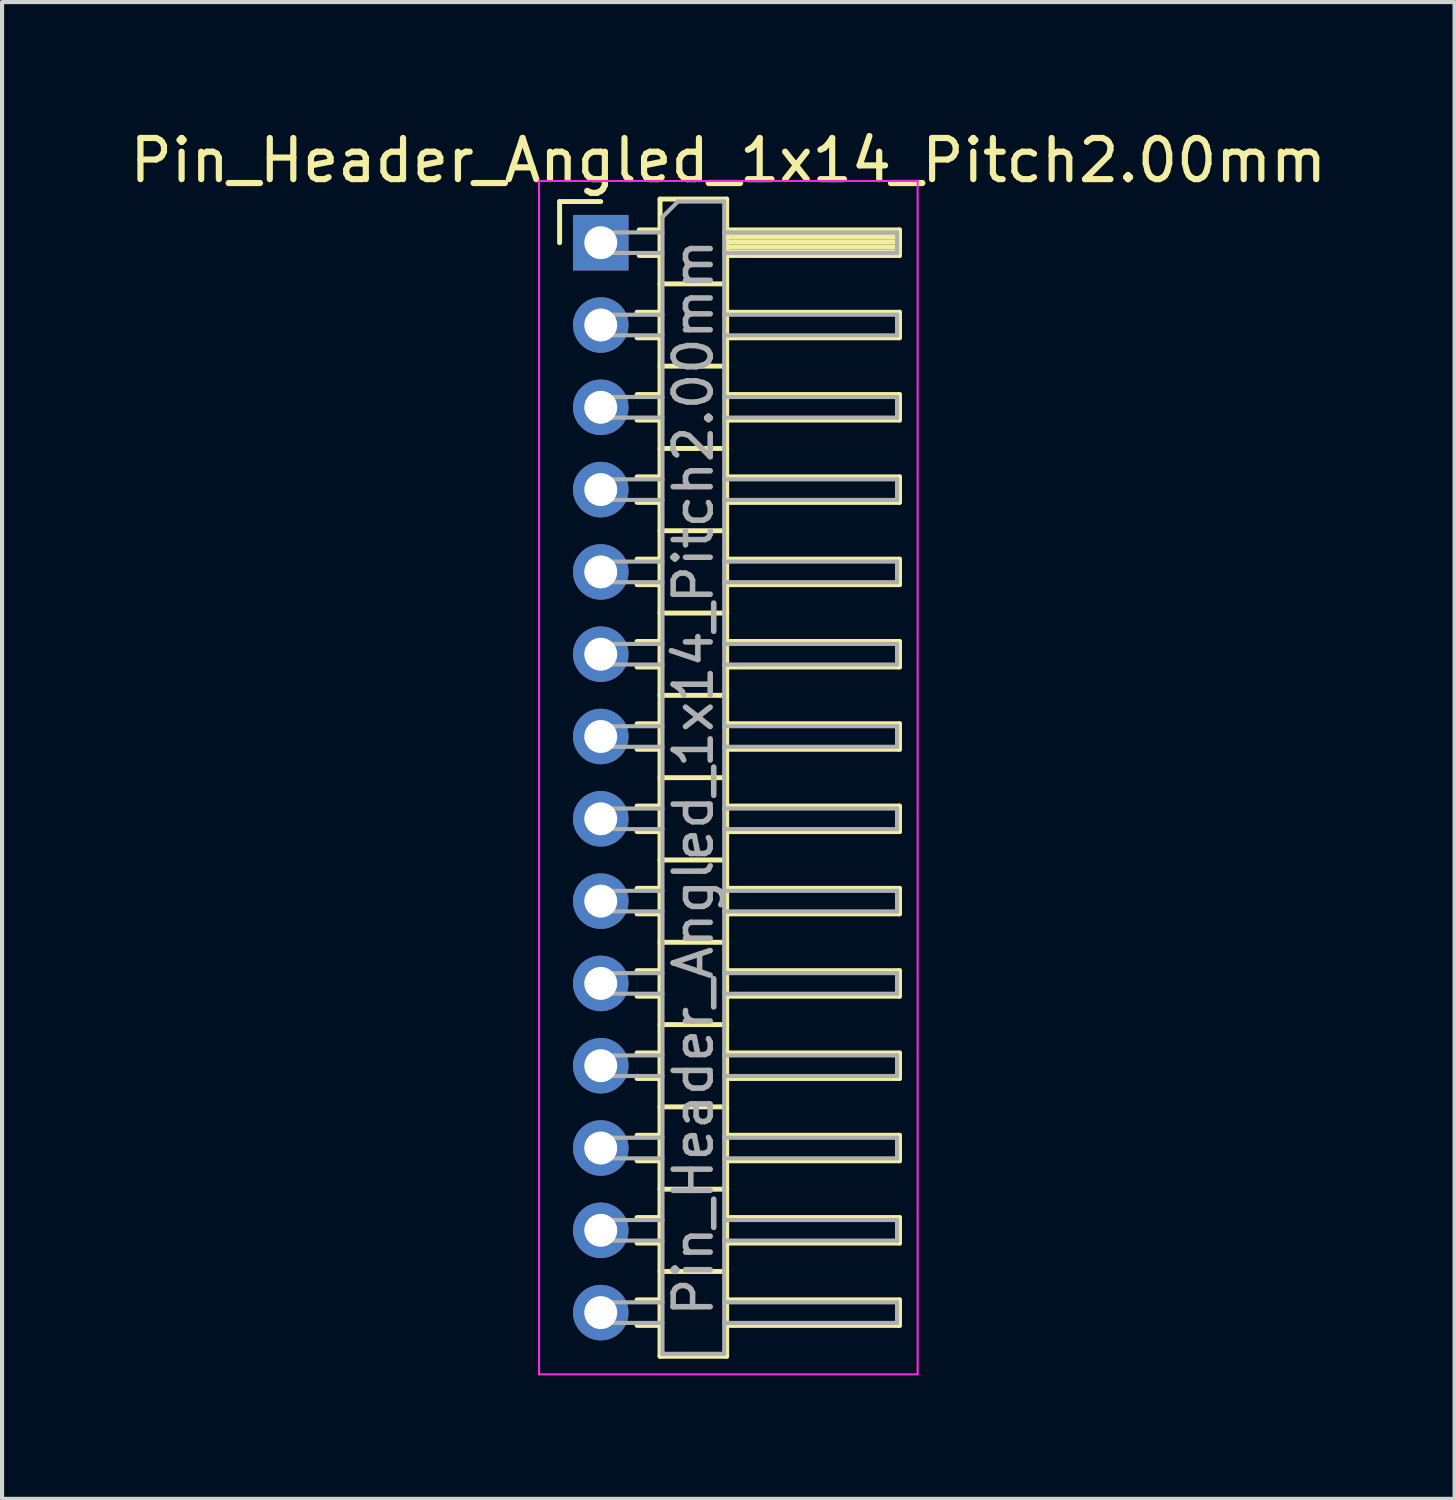
<source format=kicad_pcb>
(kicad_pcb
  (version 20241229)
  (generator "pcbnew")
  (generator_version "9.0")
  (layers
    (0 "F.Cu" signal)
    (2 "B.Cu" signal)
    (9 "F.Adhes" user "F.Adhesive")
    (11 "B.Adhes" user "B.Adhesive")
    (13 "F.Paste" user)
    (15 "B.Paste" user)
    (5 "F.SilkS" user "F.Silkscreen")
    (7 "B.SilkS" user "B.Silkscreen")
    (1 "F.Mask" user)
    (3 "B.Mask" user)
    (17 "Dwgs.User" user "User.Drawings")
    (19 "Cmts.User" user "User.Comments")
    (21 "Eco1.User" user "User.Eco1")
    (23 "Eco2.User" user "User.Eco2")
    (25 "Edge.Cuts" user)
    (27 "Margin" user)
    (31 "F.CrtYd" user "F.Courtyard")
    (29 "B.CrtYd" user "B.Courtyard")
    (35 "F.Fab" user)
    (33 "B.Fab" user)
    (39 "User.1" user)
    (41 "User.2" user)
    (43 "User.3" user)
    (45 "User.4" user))
  (footprint "Pin_Header_Angled_1x14_Pitch2.00mm"
    (layer "F.Cu")
    (at 11.549 2.848)
    (property "Reference" "Pin_Header_Angled_1x14_Pitch2.00mm" (at 3.1 -2 0) (layer "F.SilkS") (effects (font (size 1 1) (thickness 0.15))))
    (attr through_hole)
    (fp_line (start -1 -1) (end 0 -1) (stroke (width 0.12) (type solid)) (layer "F.SilkS"))
    (fp_line (start -1 0) (end -1 -1) (stroke (width 0.12) (type solid)) (layer "F.SilkS"))
    (fp_line (start 0.882 1.69) (end 1.44 1.69) (stroke (width 0.12) (type solid)) (layer "F.SilkS"))
    (fp_line (start 0.882 2.31) (end 1.44 2.31) (stroke (width 0.12) (type solid)) (layer "F.SilkS"))
    (fp_line (start 0.882 3.69) (end 1.44 3.69) (stroke (width 0.12) (type solid)) (layer "F.SilkS"))
    (fp_line (start 0.882 4.31) (end 1.44 4.31) (stroke (width 0.12) (type solid)) (layer "F.SilkS"))
    (fp_line (start 0.882 5.69) (end 1.44 5.69) (stroke (width 0.12) (type solid)) (layer "F.SilkS"))
    (fp_line (start 0.882 6.31) (end 1.44 6.31) (stroke (width 0.12) (type solid)) (layer "F.SilkS"))
    (fp_line (start 0.882 7.69) (end 1.44 7.69) (stroke (width 0.12) (type solid)) (layer "F.SilkS"))
    (fp_line (start 0.882 8.31) (end 1.44 8.31) (stroke (width 0.12) (type solid)) (layer "F.SilkS"))
    (fp_line (start 0.882 9.69) (end 1.44 9.69) (stroke (width 0.12) (type solid)) (layer "F.SilkS"))
    (fp_line (start 0.882 10.31) (end 1.44 10.31) (stroke (width 0.12) (type solid)) (layer "F.SilkS"))
    (fp_line (start 0.882 11.69) (end 1.44 11.69) (stroke (width 0.12) (type solid)) (layer "F.SilkS"))
    (fp_line (start 0.882 12.31) (end 1.44 12.31) (stroke (width 0.12) (type solid)) (layer "F.SilkS"))
    (fp_line (start 0.882 13.69) (end 1.44 13.69) (stroke (width 0.12) (type solid)) (layer "F.SilkS"))
    (fp_line (start 0.882 14.31) (end 1.44 14.31) (stroke (width 0.12) (type solid)) (layer "F.SilkS"))
    (fp_line (start 0.882 15.69) (end 1.44 15.69) (stroke (width 0.12) (type solid)) (layer "F.SilkS"))
    (fp_line (start 0.882 16.31) (end 1.44 16.31) (stroke (width 0.12) (type solid)) (layer "F.SilkS"))
    (fp_line (start 0.882 17.69) (end 1.44 17.69) (stroke (width 0.12) (type solid)) (layer "F.SilkS"))
    (fp_line (start 0.882 18.31) (end 1.44 18.31) (stroke (width 0.12) (type solid)) (layer "F.SilkS"))
    (fp_line (start 0.882 19.69) (end 1.44 19.69) (stroke (width 0.12) (type solid)) (layer "F.SilkS"))
    (fp_line (start 0.882 20.31) (end 1.44 20.31) (stroke (width 0.12) (type solid)) (layer "F.SilkS"))
    (fp_line (start 0.882 21.69) (end 1.44 21.69) (stroke (width 0.12) (type solid)) (layer "F.SilkS"))
    (fp_line (start 0.882 22.31) (end 1.44 22.31) (stroke (width 0.12) (type solid)) (layer "F.SilkS"))
    (fp_line (start 0.882 23.69) (end 1.44 23.69) (stroke (width 0.12) (type solid)) (layer "F.SilkS"))
    (fp_line (start 0.882 24.31) (end 1.44 24.31) (stroke (width 0.12) (type solid)) (layer "F.SilkS"))
    (fp_line (start 0.882 25.69) (end 1.44 25.69) (stroke (width 0.12) (type solid)) (layer "F.SilkS"))
    (fp_line (start 0.882 26.31) (end 1.44 26.31) (stroke (width 0.12) (type solid)) (layer "F.SilkS"))
    (fp_line (start 0.935 -0.31) (end 1.44 -0.31) (stroke (width 0.12) (type solid)) (layer "F.SilkS"))
    (fp_line (start 0.935 0.31) (end 1.44 0.31) (stroke (width 0.12) (type solid)) (layer "F.SilkS"))
    (fp_line (start 1.44 -1.06) (end 1.44 27.06) (stroke (width 0.12) (type solid)) (layer "F.SilkS"))
    (fp_line (start 1.44 1) (end 3.06 1) (stroke (width 0.12) (type solid)) (layer "F.SilkS"))
    (fp_line (start 1.44 3) (end 3.06 3) (stroke (width 0.12) (type solid)) (layer "F.SilkS"))
    (fp_line (start 1.44 5) (end 3.06 5) (stroke (width 0.12) (type solid)) (layer "F.SilkS"))
    (fp_line (start 1.44 7) (end 3.06 7) (stroke (width 0.12) (type solid)) (layer "F.SilkS"))
    (fp_line (start 1.44 9) (end 3.06 9) (stroke (width 0.12) (type solid)) (layer "F.SilkS"))
    (fp_line (start 1.44 11) (end 3.06 11) (stroke (width 0.12) (type solid)) (layer "F.SilkS"))
    (fp_line (start 1.44 13) (end 3.06 13) (stroke (width 0.12) (type solid)) (layer "F.SilkS"))
    (fp_line (start 1.44 15) (end 3.06 15) (stroke (width 0.12) (type solid)) (layer "F.SilkS"))
    (fp_line (start 1.44 17) (end 3.06 17) (stroke (width 0.12) (type solid)) (layer "F.SilkS"))
    (fp_line (start 1.44 19) (end 3.06 19) (stroke (width 0.12) (type solid)) (layer "F.SilkS"))
    (fp_line (start 1.44 21) (end 3.06 21) (stroke (width 0.12) (type solid)) (layer "F.SilkS"))
    (fp_line (start 1.44 23) (end 3.06 23) (stroke (width 0.12) (type solid)) (layer "F.SilkS"))
    (fp_line (start 1.44 25) (end 3.06 25) (stroke (width 0.12) (type solid)) (layer "F.SilkS"))
    (fp_line (start 1.44 27.06) (end 3.06 27.06) (stroke (width 0.12) (type solid)) (layer "F.SilkS"))
    (fp_line (start 3.06 -1.06) (end 1.44 -1.06) (stroke (width 0.12) (type solid)) (layer "F.SilkS"))
    (fp_line (start 3.06 -0.31) (end 7.26 -0.31) (stroke (width 0.12) (type solid)) (layer "F.SilkS"))
    (fp_line (start 3.06 -0.25) (end 7.26 -0.25) (stroke (width 0.12) (type solid)) (layer "F.SilkS"))
    (fp_line (start 3.06 -0.13) (end 7.26 -0.13) (stroke (width 0.12) (type solid)) (layer "F.SilkS"))
    (fp_line (start 3.06 -0.01) (end 7.26 -0.01) (stroke (width 0.12) (type solid)) (layer "F.SilkS"))
    (fp_line (start 3.06 0.11) (end 7.26 0.11) (stroke (width 0.12) (type solid)) (layer "F.SilkS"))
    (fp_line (start 3.06 0.23) (end 7.26 0.23) (stroke (width 0.12) (type solid)) (layer "F.SilkS"))
    (fp_line (start 3.06 1.69) (end 7.26 1.69) (stroke (width 0.12) (type solid)) (layer "F.SilkS"))
    (fp_line (start 3.06 3.69) (end 7.26 3.69) (stroke (width 0.12) (type solid)) (layer "F.SilkS"))
    (fp_line (start 3.06 5.69) (end 7.26 5.69) (stroke (width 0.12) (type solid)) (layer "F.SilkS"))
    (fp_line (start 3.06 7.69) (end 7.26 7.69) (stroke (width 0.12) (type solid)) (layer "F.SilkS"))
    (fp_line (start 3.06 9.69) (end 7.26 9.69) (stroke (width 0.12) (type solid)) (layer "F.SilkS"))
    (fp_line (start 3.06 11.69) (end 7.26 11.69) (stroke (width 0.12) (type solid)) (layer "F.SilkS"))
    (fp_line (start 3.06 13.69) (end 7.26 13.69) (stroke (width 0.12) (type solid)) (layer "F.SilkS"))
    (fp_line (start 3.06 15.69) (end 7.26 15.69) (stroke (width 0.12) (type solid)) (layer "F.SilkS"))
    (fp_line (start 3.06 17.69) (end 7.26 17.69) (stroke (width 0.12) (type solid)) (layer "F.SilkS"))
    (fp_line (start 3.06 19.69) (end 7.26 19.69) (stroke (width 0.12) (type solid)) (layer "F.SilkS"))
    (fp_line (start 3.06 21.69) (end 7.26 21.69) (stroke (width 0.12) (type solid)) (layer "F.SilkS"))
    (fp_line (start 3.06 23.69) (end 7.26 23.69) (stroke (width 0.12) (type solid)) (layer "F.SilkS"))
    (fp_line (start 3.06 25.69) (end 7.26 25.69) (stroke (width 0.12) (type solid)) (layer "F.SilkS"))
    (fp_line (start 3.06 27.06) (end 3.06 -1.06) (stroke (width 0.12) (type solid)) (layer "F.SilkS"))
    (fp_line (start 7.26 -0.31) (end 7.26 0.31) (stroke (width 0.12) (type solid)) (layer "F.SilkS"))
    (fp_line (start 7.26 0.31) (end 3.06 0.31) (stroke (width 0.12) (type solid)) (layer "F.SilkS"))
    (fp_line (start 7.26 1.69) (end 7.26 2.31) (stroke (width 0.12) (type solid)) (layer "F.SilkS"))
    (fp_line (start 7.26 2.31) (end 3.06 2.31) (stroke (width 0.12) (type solid)) (layer "F.SilkS"))
    (fp_line (start 7.26 3.69) (end 7.26 4.31) (stroke (width 0.12) (type solid)) (layer "F.SilkS"))
    (fp_line (start 7.26 4.31) (end 3.06 4.31) (stroke (width 0.12) (type solid)) (layer "F.SilkS"))
    (fp_line (start 7.26 5.69) (end 7.26 6.31) (stroke (width 0.12) (type solid)) (layer "F.SilkS"))
    (fp_line (start 7.26 6.31) (end 3.06 6.31) (stroke (width 0.12) (type solid)) (layer "F.SilkS"))
    (fp_line (start 7.26 7.69) (end 7.26 8.31) (stroke (width 0.12) (type solid)) (layer "F.SilkS"))
    (fp_line (start 7.26 8.31) (end 3.06 8.31) (stroke (width 0.12) (type solid)) (layer "F.SilkS"))
    (fp_line (start 7.26 9.69) (end 7.26 10.31) (stroke (width 0.12) (type solid)) (layer "F.SilkS"))
    (fp_line (start 7.26 10.31) (end 3.06 10.31) (stroke (width 0.12) (type solid)) (layer "F.SilkS"))
    (fp_line (start 7.26 11.69) (end 7.26 12.31) (stroke (width 0.12) (type solid)) (layer "F.SilkS"))
    (fp_line (start 7.26 12.31) (end 3.06 12.31) (stroke (width 0.12) (type solid)) (layer "F.SilkS"))
    (fp_line (start 7.26 13.69) (end 7.26 14.31) (stroke (width 0.12) (type solid)) (layer "F.SilkS"))
    (fp_line (start 7.26 14.31) (end 3.06 14.31) (stroke (width 0.12) (type solid)) (layer "F.SilkS"))
    (fp_line (start 7.26 15.69) (end 7.26 16.31) (stroke (width 0.12) (type solid)) (layer "F.SilkS"))
    (fp_line (start 7.26 16.31) (end 3.06 16.31) (stroke (width 0.12) (type solid)) (layer "F.SilkS"))
    (fp_line (start 7.26 17.69) (end 7.26 18.31) (stroke (width 0.12) (type solid)) (layer "F.SilkS"))
    (fp_line (start 7.26 18.31) (end 3.06 18.31) (stroke (width 0.12) (type solid)) (layer "F.SilkS"))
    (fp_line (start 7.26 19.69) (end 7.26 20.31) (stroke (width 0.12) (type solid)) (layer "F.SilkS"))
    (fp_line (start 7.26 20.31) (end 3.06 20.31) (stroke (width 0.12) (type solid)) (layer "F.SilkS"))
    (fp_line (start 7.26 21.69) (end 7.26 22.31) (stroke (width 0.12) (type solid)) (layer "F.SilkS"))
    (fp_line (start 7.26 22.31) (end 3.06 22.31) (stroke (width 0.12) (type solid)) (layer "F.SilkS"))
    (fp_line (start 7.26 23.69) (end 7.26 24.31) (stroke (width 0.12) (type solid)) (layer "F.SilkS"))
    (fp_line (start 7.26 24.31) (end 3.06 24.31) (stroke (width 0.12) (type solid)) (layer "F.SilkS"))
    (fp_line (start 7.26 25.69) (end 7.26 26.31) (stroke (width 0.12) (type solid)) (layer "F.SilkS"))
    (fp_line (start 7.26 26.31) (end 3.06 26.31) (stroke (width 0.12) (type solid)) (layer "F.SilkS"))
    (fp_line (start -1.5 -1.5) (end -1.5 27.5) (stroke (width 0.05) (type solid)) (layer "F.CrtYd"))
    (fp_line (start -1.5 27.5) (end 7.7 27.5) (stroke (width 0.05) (type solid)) (layer "F.CrtYd"))
    (fp_line (start 7.7 -1.5) (end -1.5 -1.5) (stroke (width 0.05) (type solid)) (layer "F.CrtYd"))
    (fp_line (start 7.7 27.5) (end 7.7 -1.5) (stroke (width 0.05) (type solid)) (layer "F.CrtYd"))
    (fp_line (start -0.25 -0.25) (end -0.25 0.25) (stroke (width 0.1) (type solid)) (layer "F.Fab"))
    (fp_line (start -0.25 -0.25) (end 1.5 -0.25) (stroke (width 0.1) (type solid)) (layer "F.Fab"))
    (fp_line (start -0.25 0.25) (end 1.5 0.25) (stroke (width 0.1) (type solid)) (layer "F.Fab"))
    (fp_line (start -0.25 1.75) (end -0.25 2.25) (stroke (width 0.1) (type solid)) (layer "F.Fab"))
    (fp_line (start -0.25 1.75) (end 1.5 1.75) (stroke (width 0.1) (type solid)) (layer "F.Fab"))
    (fp_line (start -0.25 2.25) (end 1.5 2.25) (stroke (width 0.1) (type solid)) (layer "F.Fab"))
    (fp_line (start -0.25 3.75) (end -0.25 4.25) (stroke (width 0.1) (type solid)) (layer "F.Fab"))
    (fp_line (start -0.25 3.75) (end 1.5 3.75) (stroke (width 0.1) (type solid)) (layer "F.Fab"))
    (fp_line (start -0.25 4.25) (end 1.5 4.25) (stroke (width 0.1) (type solid)) (layer "F.Fab"))
    (fp_line (start -0.25 5.75) (end -0.25 6.25) (stroke (width 0.1) (type solid)) (layer "F.Fab"))
    (fp_line (start -0.25 5.75) (end 1.5 5.75) (stroke (width 0.1) (type solid)) (layer "F.Fab"))
    (fp_line (start -0.25 6.25) (end 1.5 6.25) (stroke (width 0.1) (type solid)) (layer "F.Fab"))
    (fp_line (start -0.25 7.75) (end -0.25 8.25) (stroke (width 0.1) (type solid)) (layer "F.Fab"))
    (fp_line (start -0.25 7.75) (end 1.5 7.75) (stroke (width 0.1) (type solid)) (layer "F.Fab"))
    (fp_line (start -0.25 8.25) (end 1.5 8.25) (stroke (width 0.1) (type solid)) (layer "F.Fab"))
    (fp_line (start -0.25 9.75) (end -0.25 10.25) (stroke (width 0.1) (type solid)) (layer "F.Fab"))
    (fp_line (start -0.25 9.75) (end 1.5 9.75) (stroke (width 0.1) (type solid)) (layer "F.Fab"))
    (fp_line (start -0.25 10.25) (end 1.5 10.25) (stroke (width 0.1) (type solid)) (layer "F.Fab"))
    (fp_line (start -0.25 11.75) (end -0.25 12.25) (stroke (width 0.1) (type solid)) (layer "F.Fab"))
    (fp_line (start -0.25 11.75) (end 1.5 11.75) (stroke (width 0.1) (type solid)) (layer "F.Fab"))
    (fp_line (start -0.25 12.25) (end 1.5 12.25) (stroke (width 0.1) (type solid)) (layer "F.Fab"))
    (fp_line (start -0.25 13.75) (end -0.25 14.25) (stroke (width 0.1) (type solid)) (layer "F.Fab"))
    (fp_line (start -0.25 13.75) (end 1.5 13.75) (stroke (width 0.1) (type solid)) (layer "F.Fab"))
    (fp_line (start -0.25 14.25) (end 1.5 14.25) (stroke (width 0.1) (type solid)) (layer "F.Fab"))
    (fp_line (start -0.25 15.75) (end -0.25 16.25) (stroke (width 0.1) (type solid)) (layer "F.Fab"))
    (fp_line (start -0.25 15.75) (end 1.5 15.75) (stroke (width 0.1) (type solid)) (layer "F.Fab"))
    (fp_line (start -0.25 16.25) (end 1.5 16.25) (stroke (width 0.1) (type solid)) (layer "F.Fab"))
    (fp_line (start -0.25 17.75) (end -0.25 18.25) (stroke (width 0.1) (type solid)) (layer "F.Fab"))
    (fp_line (start -0.25 17.75) (end 1.5 17.75) (stroke (width 0.1) (type solid)) (layer "F.Fab"))
    (fp_line (start -0.25 18.25) (end 1.5 18.25) (stroke (width 0.1) (type solid)) (layer "F.Fab"))
    (fp_line (start -0.25 19.75) (end -0.25 20.25) (stroke (width 0.1) (type solid)) (layer "F.Fab"))
    (fp_line (start -0.25 19.75) (end 1.5 19.75) (stroke (width 0.1) (type solid)) (layer "F.Fab"))
    (fp_line (start -0.25 20.25) (end 1.5 20.25) (stroke (width 0.1) (type solid)) (layer "F.Fab"))
    (fp_line (start -0.25 21.75) (end -0.25 22.25) (stroke (width 0.1) (type solid)) (layer "F.Fab"))
    (fp_line (start -0.25 21.75) (end 1.5 21.75) (stroke (width 0.1) (type solid)) (layer "F.Fab"))
    (fp_line (start -0.25 22.25) (end 1.5 22.25) (stroke (width 0.1) (type solid)) (layer "F.Fab"))
    (fp_line (start -0.25 23.75) (end -0.25 24.25) (stroke (width 0.1) (type solid)) (layer "F.Fab"))
    (fp_line (start -0.25 23.75) (end 1.5 23.75) (stroke (width 0.1) (type solid)) (layer "F.Fab"))
    (fp_line (start -0.25 24.25) (end 1.5 24.25) (stroke (width 0.1) (type solid)) (layer "F.Fab"))
    (fp_line (start -0.25 25.75) (end -0.25 26.25) (stroke (width 0.1) (type solid)) (layer "F.Fab"))
    (fp_line (start -0.25 25.75) (end 1.5 25.75) (stroke (width 0.1) (type solid)) (layer "F.Fab"))
    (fp_line (start -0.25 26.25) (end 1.5 26.25) (stroke (width 0.1) (type solid)) (layer "F.Fab"))
    (fp_line (start 1.5 -0.625) (end 1.875 -1) (stroke (width 0.1) (type solid)) (layer "F.Fab"))
    (fp_line (start 1.5 27) (end 1.5 -0.625) (stroke (width 0.1) (type solid)) (layer "F.Fab"))
    (fp_line (start 1.875 -1) (end 3 -1) (stroke (width 0.1) (type solid)) (layer "F.Fab"))
    (fp_line (start 3 -1) (end 3 27) (stroke (width 0.1) (type solid)) (layer "F.Fab"))
    (fp_line (start 3 -0.25) (end 7.2 -0.25) (stroke (width 0.1) (type solid)) (layer "F.Fab"))
    (fp_line (start 3 0.25) (end 7.2 0.25) (stroke (width 0.1) (type solid)) (layer "F.Fab"))
    (fp_line (start 3 1.75) (end 7.2 1.75) (stroke (width 0.1) (type solid)) (layer "F.Fab"))
    (fp_line (start 3 2.25) (end 7.2 2.25) (stroke (width 0.1) (type solid)) (layer "F.Fab"))
    (fp_line (start 3 3.75) (end 7.2 3.75) (stroke (width 0.1) (type solid)) (layer "F.Fab"))
    (fp_line (start 3 4.25) (end 7.2 4.25) (stroke (width 0.1) (type solid)) (layer "F.Fab"))
    (fp_line (start 3 5.75) (end 7.2 5.75) (stroke (width 0.1) (type solid)) (layer "F.Fab"))
    (fp_line (start 3 6.25) (end 7.2 6.25) (stroke (width 0.1) (type solid)) (layer "F.Fab"))
    (fp_line (start 3 7.75) (end 7.2 7.75) (stroke (width 0.1) (type solid)) (layer "F.Fab"))
    (fp_line (start 3 8.25) (end 7.2 8.25) (stroke (width 0.1) (type solid)) (layer "F.Fab"))
    (fp_line (start 3 9.75) (end 7.2 9.75) (stroke (width 0.1) (type solid)) (layer "F.Fab"))
    (fp_line (start 3 10.25) (end 7.2 10.25) (stroke (width 0.1) (type solid)) (layer "F.Fab"))
    (fp_line (start 3 11.75) (end 7.2 11.75) (stroke (width 0.1) (type solid)) (layer "F.Fab"))
    (fp_line (start 3 12.25) (end 7.2 12.25) (stroke (width 0.1) (type solid)) (layer "F.Fab"))
    (fp_line (start 3 13.75) (end 7.2 13.75) (stroke (width 0.1) (type solid)) (layer "F.Fab"))
    (fp_line (start 3 14.25) (end 7.2 14.25) (stroke (width 0.1) (type solid)) (layer "F.Fab"))
    (fp_line (start 3 15.75) (end 7.2 15.75) (stroke (width 0.1) (type solid)) (layer "F.Fab"))
    (fp_line (start 3 16.25) (end 7.2 16.25) (stroke (width 0.1) (type solid)) (layer "F.Fab"))
    (fp_line (start 3 17.75) (end 7.2 17.75) (stroke (width 0.1) (type solid)) (layer "F.Fab"))
    (fp_line (start 3 18.25) (end 7.2 18.25) (stroke (width 0.1) (type solid)) (layer "F.Fab"))
    (fp_line (start 3 19.75) (end 7.2 19.75) (stroke (width 0.1) (type solid)) (layer "F.Fab"))
    (fp_line (start 3 20.25) (end 7.2 20.25) (stroke (width 0.1) (type solid)) (layer "F.Fab"))
    (fp_line (start 3 21.75) (end 7.2 21.75) (stroke (width 0.1) (type solid)) (layer "F.Fab"))
    (fp_line (start 3 22.25) (end 7.2 22.25) (stroke (width 0.1) (type solid)) (layer "F.Fab"))
    (fp_line (start 3 23.75) (end 7.2 23.75) (stroke (width 0.1) (type solid)) (layer "F.Fab"))
    (fp_line (start 3 24.25) (end 7.2 24.25) (stroke (width 0.1) (type solid)) (layer "F.Fab"))
    (fp_line (start 3 25.75) (end 7.2 25.75) (stroke (width 0.1) (type solid)) (layer "F.Fab"))
    (fp_line (start 3 26.25) (end 7.2 26.25) (stroke (width 0.1) (type solid)) (layer "F.Fab"))
    (fp_line (start 3 27) (end 1.5 27) (stroke (width 0.1) (type solid)) (layer "F.Fab"))
    (fp_line (start 7.2 -0.25) (end 7.2 0.25) (stroke (width 0.1) (type solid)) (layer "F.Fab"))
    (fp_line (start 7.2 1.75) (end 7.2 2.25) (stroke (width 0.1) (type solid)) (layer "F.Fab"))
    (fp_line (start 7.2 3.75) (end 7.2 4.25) (stroke (width 0.1) (type solid)) (layer "F.Fab"))
    (fp_line (start 7.2 5.75) (end 7.2 6.25) (stroke (width 0.1) (type solid)) (layer "F.Fab"))
    (fp_line (start 7.2 7.75) (end 7.2 8.25) (stroke (width 0.1) (type solid)) (layer "F.Fab"))
    (fp_line (start 7.2 9.75) (end 7.2 10.25) (stroke (width 0.1) (type solid)) (layer "F.Fab"))
    (fp_line (start 7.2 11.75) (end 7.2 12.25) (stroke (width 0.1) (type solid)) (layer "F.Fab"))
    (fp_line (start 7.2 13.75) (end 7.2 14.25) (stroke (width 0.1) (type solid)) (layer "F.Fab"))
    (fp_line (start 7.2 15.75) (end 7.2 16.25) (stroke (width 0.1) (type solid)) (layer "F.Fab"))
    (fp_line (start 7.2 17.75) (end 7.2 18.25) (stroke (width 0.1) (type solid)) (layer "F.Fab"))
    (fp_line (start 7.2 19.75) (end 7.2 20.25) (stroke (width 0.1) (type solid)) (layer "F.Fab"))
    (fp_line (start 7.2 21.75) (end 7.2 22.25) (stroke (width 0.1) (type solid)) (layer "F.Fab"))
    (fp_line (start 7.2 23.75) (end 7.2 24.25) (stroke (width 0.1) (type solid)) (layer "F.Fab"))
    (fp_line (start 7.2 25.75) (end 7.2 26.25) (stroke (width 0.1) (type solid)) (layer "F.Fab"))
    (fp_text user "${REFERENCE}" (at 2.25 13 90) (layer "F.Fab") (effects (font (size 0.9 0.9) (thickness 0.135))))
    (pad "1" thru_hole rect (at 0 0) (size 1.35 1.35) (drill 0.8) (layers "*.Cu" "*.Mask"))
    (pad "2" thru_hole oval (at 0 2) (size 1.35 1.35) (drill 0.8) (layers "*.Cu" "*.Mask"))
    (pad "3" thru_hole oval (at 0 4) (size 1.35 1.35) (drill 0.8) (layers "*.Cu" "*.Mask"))
    (pad "4" thru_hole oval (at 0 6) (size 1.35 1.35) (drill 0.8) (layers "*.Cu" "*.Mask"))
    (pad "5" thru_hole oval (at 0 8) (size 1.35 1.35) (drill 0.8) (layers "*.Cu" "*.Mask"))
    (pad "6" thru_hole oval (at 0 10) (size 1.35 1.35) (drill 0.8) (layers "*.Cu" "*.Mask"))
    (pad "7" thru_hole oval (at 0 12) (size 1.35 1.35) (drill 0.8) (layers "*.Cu" "*.Mask"))
    (pad "8" thru_hole oval (at 0 14) (size 1.35 1.35) (drill 0.8) (layers "*.Cu" "*.Mask"))
    (pad "9" thru_hole oval (at 0 16) (size 1.35 1.35) (drill 0.8) (layers "*.Cu" "*.Mask"))
    (pad "10" thru_hole oval (at 0 18) (size 1.35 1.35) (drill 0.8) (layers "*.Cu" "*.Mask"))
    (pad "11" thru_hole oval (at 0 20) (size 1.35 1.35) (drill 0.8) (layers "*.Cu" "*.Mask"))
    (pad "12" thru_hole oval (at 0 22) (size 1.35 1.35) (drill 0.8) (layers "*.Cu" "*.Mask"))
    (pad "13" thru_hole oval (at 0 24) (size 1.35 1.35) (drill 0.8) (layers "*.Cu" "*.Mask"))
    (pad "14" thru_hole oval (at 0 26) (size 1.35 1.35) (drill 0.8) (layers "*.Cu" "*.Mask")))
  (gr_rect
    (start -3 -3)
    (end 32.298 33.373)
    (stroke (width 0.1) (type default))
    (fill no)
    (layer "Edge.Cuts")))
</source>
